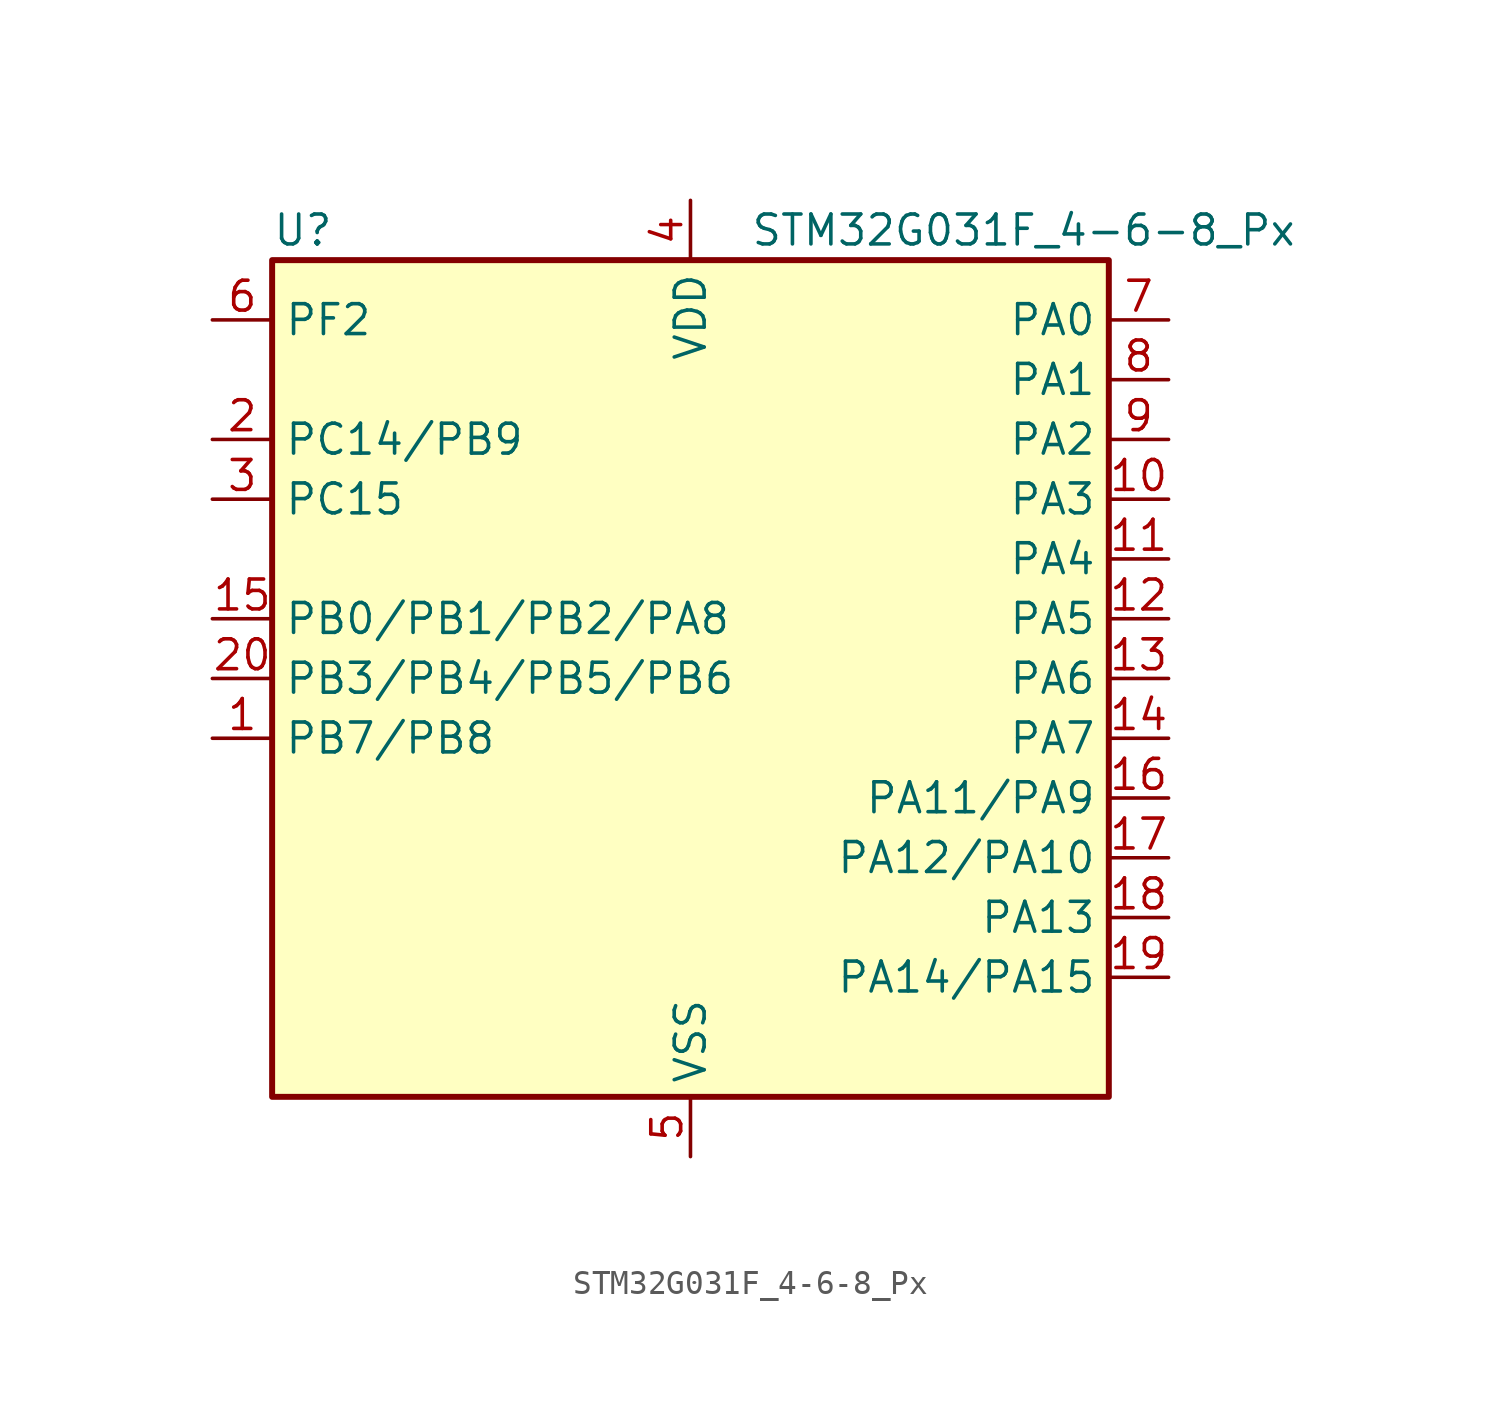
<source format=kicad_sym>
(kicad_symbol_lib
  (version 20211014)
  (generator kicad-library-utils)
  (symbol "STM32G031F_4-6-8_Px"
    (property "Reference" "U"
      (at -17.78 19.05 0)
      (effects (font (size 1.27 1.27)) (justify left)))
    (property "Value" "STM32G031F_4-6-8_Px"
      (at 2.54 19.05 0)
      (effects (font (size 1.27 1.27)) (justify left)))
    (property "ki_fp_filters" "TSSOP*4.4x6.5mm*P0.65mm*"
      (at 0.0 0.0 0.0)
      (effects (font (size 1.27 1.27))))
    (symbol "STM32G031F_4-6-8_Px_0_1"
      (rectangle (start -17.78 -17.78) (end 17.78 17.78) (stroke (width 0.254)) (fill (type background))))
    (symbol "STM32G031F_4-6-8_Px_1_1"
      (pin bidirectional line (at -20.32 15.24 0) (length 2.54) (name "PF2" (effects (font (size 1.27 1.27)))) (number "6" (effects (font (size 1.27 1.27)))) (alternate "RCC_MCO" bidirectional line))
      (pin bidirectional line (at -20.32 10.16 0) (length 2.54) (name "PC14/PB9" (effects (font (size 1.27 1.27)))) (number "2" (effects (font (size 1.27 1.27)))) (alternate "RCC_OSC32_IN" bidirectional line) (alternate "RCC_OSC_IN" bidirectional line) (alternate "TIM1_BK2" bidirectional line))
      (pin bidirectional line (at -20.32 7.62 0) (length 2.54) (name "PC15" (effects (font (size 1.27 1.27)))) (number "3" (effects (font (size 1.27 1.27)))) (alternate "RCC_OSC32_EN" bidirectional line) (alternate "RCC_OSC32_OUT" bidirectional line) (alternate "RCC_OSC_EN" bidirectional line))
      (pin bidirectional line (at -20.32 2.54 0) (length 2.54) (name "PB0/PB1/PB2/PA8" (effects (font (size 1.27 1.27)))) (number "15" (effects (font (size 1.27 1.27)))) (alternate "ADC1_IN8" bidirectional line) (alternate "I2S1_WS" bidirectional line) (alternate "LPTIM1_OUT" bidirectional line) (alternate "SPI1_NSS" bidirectional line) (alternate "TIM1_CH2N" bidirectional line) (alternate "TIM3_CH3" bidirectional line))
      (pin bidirectional line (at -20.32 0.0 0) (length 2.54) (name "PB3/PB4/PB5/PB6" (effects (font (size 1.27 1.27)))) (number "20" (effects (font (size 1.27 1.27)))) (alternate "I2S1_CK" bidirectional line) (alternate "SPI1_SCK" bidirectional line) (alternate "TIM1_CH2" bidirectional line) (alternate "TIM2_CH2" bidirectional line) (alternate "USART1_CK" bidirectional line) (alternate "USART1_DE" bidirectional line) (alternate "USART1_RTS" bidirectional line))
      (pin bidirectional line (at -20.32 -2.54 0) (length 2.54) (name "PB7/PB8" (effects (font (size 1.27 1.27)))) (number "1" (effects (font (size 1.27 1.27)))) (alternate "ADC1_IN11" bidirectional line) (alternate "I2C1_SDA" bidirectional line) (alternate "LPTIM1_IN2" bidirectional line) (alternate "SPI2_MOSI" bidirectional line) (alternate "SYS_PVD_IN" bidirectional line) (alternate "TIM17_CH1N" bidirectional line) (alternate "USART1_RX" bidirectional line))
      (pin bidirectional line (at 20.32 15.24 180) (length 2.54) (name "PA0" (effects (font (size 1.27 1.27)))) (number "7" (effects (font (size 1.27 1.27)))) (alternate "ADC1_IN0" bidirectional line) (alternate "LPTIM1_OUT" bidirectional line) (alternate "RTC_TAMP_IN2" bidirectional line) (alternate "SPI2_SCK" bidirectional line) (alternate "SYS_WKUP1" bidirectional line) (alternate "TIM2_CH1" bidirectional line) (alternate "TIM2_ETR" bidirectional line) (alternate "USART2_CTS" bidirectional line) (alternate "USART2_NSS" bidirectional line))
      (pin bidirectional line (at 20.32 12.7 180) (length 2.54) (name "PA1" (effects (font (size 1.27 1.27)))) (number "8" (effects (font (size 1.27 1.27)))) (alternate "ADC1_IN1" bidirectional line) (alternate "I2C1_SMBA" bidirectional line) (alternate "I2S1_CK" bidirectional line) (alternate "SPI1_SCK" bidirectional line) (alternate "TIM2_CH2" bidirectional line) (alternate "USART2_CK" bidirectional line) (alternate "USART2_DE" bidirectional line) (alternate "USART2_RTS" bidirectional line))
      (pin bidirectional line (at 20.32 10.16 180) (length 2.54) (name "PA2" (effects (font (size 1.27 1.27)))) (number "9" (effects (font (size 1.27 1.27)))) (alternate "ADC1_IN2" bidirectional line) (alternate "I2S1_SD" bidirectional line) (alternate "LPUART1_TX" bidirectional line) (alternate "RCC_LSCO" bidirectional line) (alternate "SPI1_MOSI" bidirectional line) (alternate "SYS_WKUP4" bidirectional line) (alternate "TIM2_CH3" bidirectional line) (alternate "USART2_TX" bidirectional line))
      (pin bidirectional line (at 20.32 7.62 180) (length 2.54) (name "PA3" (effects (font (size 1.27 1.27)))) (number "10" (effects (font (size 1.27 1.27)))) (alternate "ADC1_IN3" bidirectional line) (alternate "LPUART1_RX" bidirectional line) (alternate "SPI2_MISO" bidirectional line) (alternate "TIM2_CH4" bidirectional line) (alternate "USART2_RX" bidirectional line))
      (pin bidirectional line (at 20.32 5.08 180) (length 2.54) (name "PA4" (effects (font (size 1.27 1.27)))) (number "11" (effects (font (size 1.27 1.27)))) (alternate "ADC1_IN4" bidirectional line) (alternate "I2S1_WS" bidirectional line) (alternate "LPTIM2_OUT" bidirectional line) (alternate "RTC_OUT_ALARM" bidirectional line) (alternate "RTC_OUT_CALIB" bidirectional line) (alternate "RTC_TAMP_IN1" bidirectional line) (alternate "RTC_TS" bidirectional line) (alternate "SPI1_NSS" bidirectional line) (alternate "SPI2_MOSI" bidirectional line) (alternate "SYS_WKUP2" bidirectional line) (alternate "TIM14_CH1" bidirectional line))
      (pin bidirectional line (at 20.32 2.54 180) (length 2.54) (name "PA5" (effects (font (size 1.27 1.27)))) (number "12" (effects (font (size 1.27 1.27)))) (alternate "ADC1_IN5" bidirectional line) (alternate "I2S1_CK" bidirectional line) (alternate "LPTIM2_ETR" bidirectional line) (alternate "SPI1_SCK" bidirectional line) (alternate "TIM2_CH1" bidirectional line) (alternate "TIM2_ETR" bidirectional line))
      (pin bidirectional line (at 20.32 0.0 180) (length 2.54) (name "PA6" (effects (font (size 1.27 1.27)))) (number "13" (effects (font (size 1.27 1.27)))) (alternate "ADC1_IN6" bidirectional line) (alternate "I2S1_MCK" bidirectional line) (alternate "LPUART1_CTS" bidirectional line) (alternate "SPI1_MISO" bidirectional line) (alternate "TIM16_CH1" bidirectional line) (alternate "TIM1_BK" bidirectional line) (alternate "TIM3_CH1" bidirectional line))
      (pin bidirectional line (at 20.32 -2.54 180) (length 2.54) (name "PA7" (effects (font (size 1.27 1.27)))) (number "14" (effects (font (size 1.27 1.27)))) (alternate "ADC1_IN7" bidirectional line) (alternate "I2S1_SD" bidirectional line) (alternate "SPI1_MOSI" bidirectional line) (alternate "TIM14_CH1" bidirectional line) (alternate "TIM17_CH1" bidirectional line) (alternate "TIM1_CH1N" bidirectional line) (alternate "TIM3_CH2" bidirectional line))
      (pin bidirectional line (at 20.32 -5.08 180) (length 2.54) (name "PA11/PA9" (effects (font (size 1.27 1.27)))) (number "16" (effects (font (size 1.27 1.27)))) (alternate "ADC1_EXTI11" bidirectional line) (alternate "ADC1_IN15" bidirectional line) (alternate "I2C2_SCL" bidirectional line) (alternate "I2S1_MCK" bidirectional line) (alternate "SPI1_MISO" bidirectional line) (alternate "TIM1_BK2" bidirectional line) (alternate "TIM1_CH4" bidirectional line) (alternate "USART1_CTS" bidirectional line) (alternate "USART1_NSS" bidirectional line))
      (pin bidirectional line (at 20.32 -7.62 180) (length 2.54) (name "PA12/PA10" (effects (font (size 1.27 1.27)))) (number "17" (effects (font (size 1.27 1.27)))) (alternate "ADC1_IN16" bidirectional line) (alternate "I2C2_SDA" bidirectional line) (alternate "I2S1_SD" bidirectional line) (alternate "I2S_CKIN" bidirectional line) (alternate "SPI1_MOSI" bidirectional line) (alternate "TIM1_ETR" bidirectional line) (alternate "USART1_CK" bidirectional line) (alternate "USART1_DE" bidirectional line) (alternate "USART1_RTS" bidirectional line))
      (pin bidirectional line (at 20.32 -10.16 180) (length 2.54) (name "PA13" (effects (font (size 1.27 1.27)))) (number "18" (effects (font (size 1.27 1.27)))) (alternate "ADC1_IN17" bidirectional line) (alternate "IR_OUT" bidirectional line) (alternate "SYS_SWDIO" bidirectional line))
      (pin bidirectional line (at 20.32 -12.7 180) (length 2.54) (name "PA14/PA15" (effects (font (size 1.27 1.27)))) (number "19" (effects (font (size 1.27 1.27)))) (alternate "ADC1_IN18" bidirectional line) (alternate "SYS_SWCLK" bidirectional line) (alternate "USART2_TX" bidirectional line))
      (pin power_in line (at 0.0 20.32 270) (length 2.54) (name "VDD" (effects (font (size 1.27 1.27)))) (number "4" (effects (font (size 1.27 1.27)))))
      (pin power_in line (at 0.0 -20.32 90) (length 2.54) (name "VSS" (effects (font (size 1.27 1.27)))) (number "5" (effects (font (size 1.27 1.27))))))))
</source>
